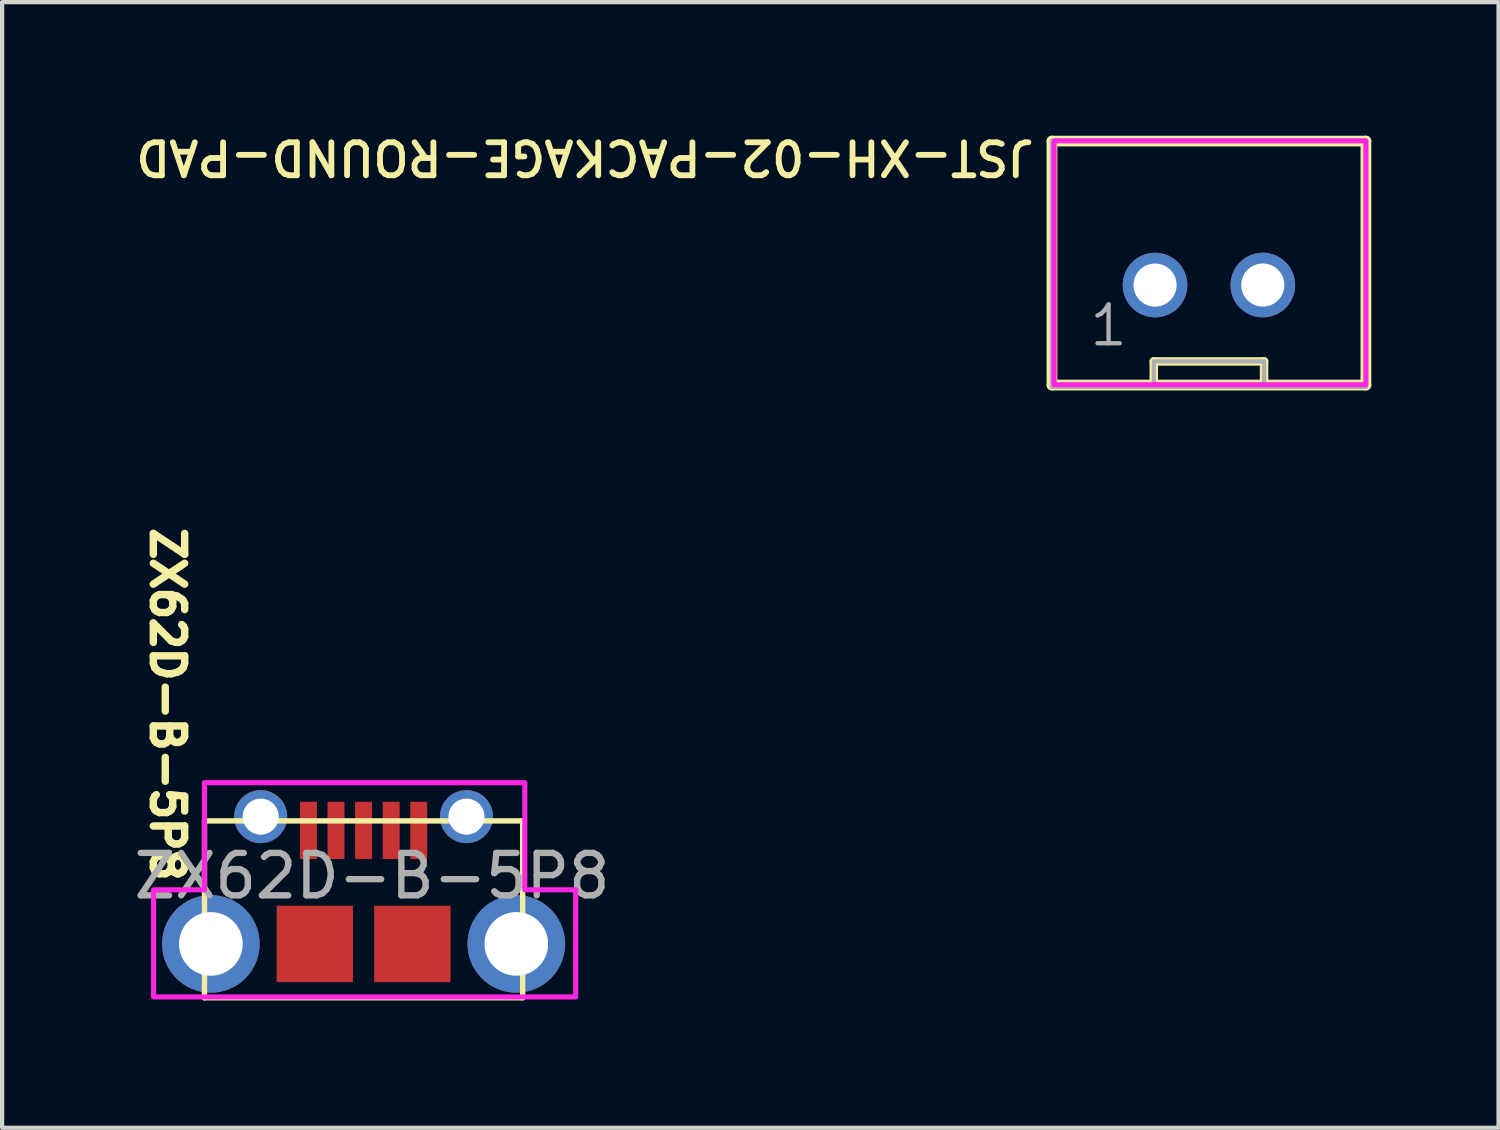
<source format=kicad_pcb>
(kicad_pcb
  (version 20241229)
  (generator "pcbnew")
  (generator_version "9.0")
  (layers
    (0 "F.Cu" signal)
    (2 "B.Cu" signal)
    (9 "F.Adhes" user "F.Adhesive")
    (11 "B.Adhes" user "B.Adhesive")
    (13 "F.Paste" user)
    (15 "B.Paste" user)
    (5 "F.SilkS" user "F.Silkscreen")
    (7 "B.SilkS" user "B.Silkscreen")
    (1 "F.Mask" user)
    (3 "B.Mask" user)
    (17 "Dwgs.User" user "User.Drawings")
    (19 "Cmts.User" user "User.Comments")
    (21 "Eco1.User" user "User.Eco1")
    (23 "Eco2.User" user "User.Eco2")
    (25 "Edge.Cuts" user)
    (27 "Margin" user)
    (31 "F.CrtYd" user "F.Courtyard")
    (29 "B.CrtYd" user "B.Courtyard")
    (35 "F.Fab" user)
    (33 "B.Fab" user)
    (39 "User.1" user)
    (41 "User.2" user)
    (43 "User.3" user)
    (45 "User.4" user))
  (footprint "JST-XH-02-PACKAGE-ROUND-PAD"
    (layer "F.Cu")
    (at 25.446 3.669)
    (property "Reference" "JST-XH-02-PACKAGE-ROUND-PAD" (at -4.056 -3.467 180) (unlocked yes) (layer "F.SilkS") (effects (font (size 0.777 0.777) (thickness 0.137)) (justify left bottom)))
    (fp_line (start -3.7 -3.393) (end -3.7 2.357) (stroke (width 0.254) (type solid)) (layer "F.SilkS"))
    (fp_line (start -3.7 2.357) (end 3.7 2.357) (stroke (width 0.254) (type solid)) (layer "F.SilkS"))
    (fp_line (start -1.3 1.8) (end 1.3 1.8) (stroke (width 0.2) (type solid)) (layer "F.SilkS"))
    (fp_line (start -1.3 2.3) (end -1.3 1.8) (stroke (width 0.2) (type solid)) (layer "F.SilkS"))
    (fp_line (start 1.3 2.3) (end 1.3 1.8) (stroke (width 0.2) (type solid)) (layer "F.SilkS"))
    (fp_line (start 3.7 -3.393) (end -3.7 -3.393) (stroke (width 0.254) (type solid)) (layer "F.SilkS"))
    (fp_line (start 3.7 2.357) (end 3.7 -3.393) (stroke (width 0.254) (type solid)) (layer "F.SilkS"))
    (fp_rect (start -3.65 -3.4) (end 3.7 2.35) (stroke (width 0.12) (type default)) (fill no) (layer "F.CrtYd"))
    (fp_rect (start -3.7 -3.4) (end 3.7 2.4) (stroke (width 0.1) (type default)) (fill no) (layer "F.Fab"))
    (fp_rect (start -1.3 1.8) (end 1.3 2.4) (stroke (width 0.1) (type default)) (fill no) (layer "F.Fab"))
    (fp_text user "1" (at -2.868 1.488 0) (unlocked yes) (layer "F.Fab") (effects (font (size 0.914 0.914) (thickness 0.102)) (justify left bottom)))
    (pad "1" thru_hole circle (at -1.27 0 90) (size 1.524 1.524) (drill 1.016) (layers "*.Cu" "*.Mask"))
    (pad "2" thru_hole circle (at 1.27 0 90) (size 1.524 1.524) (drill 1.016) (layers "*.Cu" "*.Mask")))
  (footprint "ZX62D-B-5P8"
    (layer "F.Cu")
    (at 5.52 19.199)
    (property "Reference" "ZX62D-B-5P8" (at -4.191 -1.397 270) (unlocked yes) (layer "F.SilkS") (effects (font (size 0.739 0.739) (thickness 0.175)) (justify right top)))
    (fp_line (start -3.75 -2.9) (end -3.75 1.27) (stroke (width 0.127) (type solid)) (layer "F.SilkS"))
    (fp_line (start -3.75 -2.9) (end 3.75 -2.9) (stroke (width 0.127) (type solid)) (layer "F.SilkS"))
    (fp_line (start -3.75 1.27) (end 3.75 1.27) (stroke (width 0.127) (type solid)) (layer "F.SilkS"))
    (fp_line (start 3.75 1.27) (end 3.75 -2.9) (stroke (width 0.127) (type solid)) (layer "F.SilkS"))
    (fp_poly (pts (xy 3.8 -1.275) (xy 5 -1.275) (xy 5 1.25) (xy 3.8 1.25) (xy -3.75 1.25) (xy -4.95 1.25) (xy -4.95 -1.275) (xy -3.75 -1.275) (xy -3.75 -3.8) (xy 3.8 -3.8)) (stroke (width 0.12) (type default)) (fill no) (layer "F.CrtYd"))
    (fp_text user "${REFERENCE}" (at 0.2 -1.6 0) (layer "F.Fab") (effects (font (size 1 1) (thickness 0.15))))
    (pad "P$1" smd rect (at -1.3 -2.675 90) (size 1.35 0.4) (layers "F.Cu" "F.Mask" "F.Paste"))
    (pad "P$2" smd rect (at -0.65 -2.675 90) (size 1.35 0.4) (layers "F.Cu" "F.Mask" "F.Paste"))
    (pad "P$3" smd rect (at 0 -2.675 90) (size 1.35 0.4) (layers "F.Cu" "F.Mask" "F.Paste"))
    (pad "P$4" smd rect (at 0.65 -2.675 90) (size 1.35 0.4) (layers "F.Cu" "F.Mask" "F.Paste"))
    (pad "P$5" smd rect (at 1.3 -2.675 90) (size 1.35 0.4) (layers "F.Cu" "F.Mask" "F.Paste"))
    (pad "P$6" smd rect (at -1.15 0 90) (size 1.8 1.8) (layers "F.Cu" "F.Mask" "F.Paste"))
    (pad "P$7" smd rect (at 1.15 0 90) (size 1.8 1.8) (layers "F.Cu" "F.Mask" "F.Paste"))
    (pad "SHIELD_1" thru_hole circle (at -3.6 0 90) (size 2.3 2.3) (drill 1.5) (layers "*.Cu" "*.Mask"))
    (pad "SHIELD_2" thru_hole circle (at 3.6 0 90) (size 2.3 2.3) (drill 1.5) (layers "*.Cu" "*.Mask"))
    (pad "SHIELD_3" thru_hole circle (at 2.425 -3) (size 1.25 1.25) (drill 0.85) (layers "*.Cu" "*.Mask"))
    (pad "SHIELD_4" thru_hole circle (at -2.425 -3) (size 1.25 1.25) (drill 0.85) (layers "*.Cu" "*.Mask")))
  (gr_rect
    (start -3 -3)
    (end 32.273 23.533)
    (stroke (width 0.1) (type default))
    (fill no)
    (layer "Edge.Cuts")))
</source>
